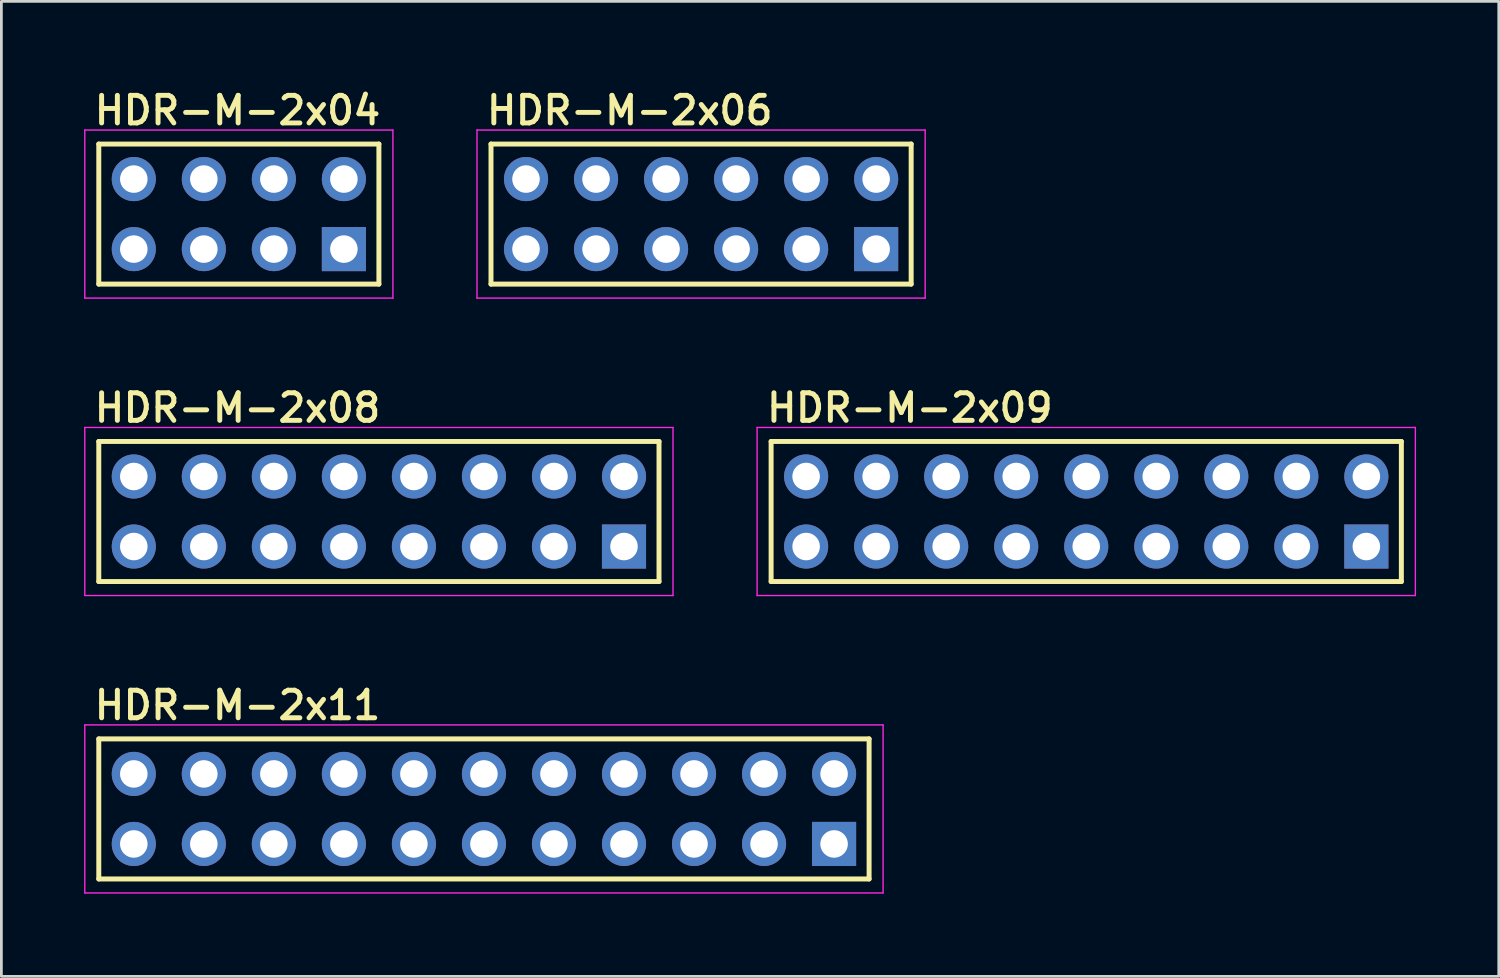
<source format=kicad_pcb>
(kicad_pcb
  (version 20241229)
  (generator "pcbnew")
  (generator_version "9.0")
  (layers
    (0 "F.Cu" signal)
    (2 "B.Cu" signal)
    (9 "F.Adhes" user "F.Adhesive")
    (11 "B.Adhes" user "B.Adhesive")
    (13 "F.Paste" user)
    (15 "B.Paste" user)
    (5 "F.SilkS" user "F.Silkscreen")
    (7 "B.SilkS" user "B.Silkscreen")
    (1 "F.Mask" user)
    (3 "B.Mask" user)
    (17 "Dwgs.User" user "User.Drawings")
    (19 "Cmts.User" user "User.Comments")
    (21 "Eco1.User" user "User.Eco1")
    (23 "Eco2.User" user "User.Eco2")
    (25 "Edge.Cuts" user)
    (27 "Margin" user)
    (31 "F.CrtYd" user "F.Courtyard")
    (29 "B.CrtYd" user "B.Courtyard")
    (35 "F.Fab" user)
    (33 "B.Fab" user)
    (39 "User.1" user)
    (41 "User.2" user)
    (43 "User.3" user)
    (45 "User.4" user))
  (footprint "HDR-M-2x11"
    (layer "F.Cu")
    (at 14.503 26.291)
    (property "Reference" "HDR-M-2x11" (at -14.224 -3.175 0) (layer "F.SilkS") (effects (font (size 1 1) (thickness 0.18)) (justify left bottom)))
    (attr through_hole)
    (fp_line (start -13.97 -2.54) (end 13.97 -2.54) (stroke (width 0.18) (type solid)) (layer "F.SilkS"))
    (fp_line (start -13.97 2.54) (end -13.97 -2.54) (stroke (width 0.18) (type solid)) (layer "F.SilkS"))
    (fp_line (start 13.97 -2.54) (end 13.97 2.54) (stroke (width 0.18) (type solid)) (layer "F.SilkS"))
    (fp_line (start 13.97 2.54) (end -13.97 2.54) (stroke (width 0.18) (type solid)) (layer "F.SilkS"))
    (fp_line (start -14.478 -3.048) (end 14.478 -3.048) (stroke (width 0.05) (type solid)) (layer "F.CrtYd"))
    (fp_line (start -14.478 3.048) (end -14.478 -3.048) (stroke (width 0.05) (type solid)) (layer "F.CrtYd"))
    (fp_line (start 14.478 -3.048) (end 14.478 3.048) (stroke (width 0.05) (type solid)) (layer "F.CrtYd"))
    (fp_line (start 14.478 3.048) (end -14.478 3.048) (stroke (width 0.05) (type solid)) (layer "F.CrtYd"))
    (pad "1" thru_hole rect (at 12.7 1.27) (size 1.6 1.6) (drill 1) (layers "*.Cu" "*.Mask"))
    (pad "2" thru_hole circle (at 12.7 -1.27) (size 1.6 1.6) (drill 1) (layers "*.Cu" "*.Mask"))
    (pad "3" thru_hole circle (at 10.16 1.27) (size 1.6 1.6) (drill 1) (layers "*.Cu" "*.Mask"))
    (pad "4" thru_hole circle (at 10.16 -1.27) (size 1.6 1.6) (drill 1) (layers "*.Cu" "*.Mask"))
    (pad "5" thru_hole circle (at 7.62 1.27) (size 1.6 1.6) (drill 1) (layers "*.Cu" "*.Mask"))
    (pad "6" thru_hole circle (at 7.62 -1.27) (size 1.6 1.6) (drill 1) (layers "*.Cu" "*.Mask"))
    (pad "7" thru_hole circle (at 5.08 1.27) (size 1.6 1.6) (drill 1) (layers "*.Cu" "*.Mask"))
    (pad "8" thru_hole circle (at 5.08 -1.27) (size 1.6 1.6) (drill 1) (layers "*.Cu" "*.Mask"))
    (pad "9" thru_hole circle (at 2.54 1.27) (size 1.6 1.6) (drill 1) (layers "*.Cu" "*.Mask"))
    (pad "10" thru_hole circle (at 2.54 -1.27) (size 1.6 1.6) (drill 1) (layers "*.Cu" "*.Mask"))
    (pad "11" thru_hole circle (at 0 1.27) (size 1.6 1.6) (drill 1) (layers "*.Cu" "*.Mask"))
    (pad "12" thru_hole circle (at 0 -1.27) (size 1.6 1.6) (drill 1) (layers "*.Cu" "*.Mask"))
    (pad "13" thru_hole circle (at -2.54 1.27) (size 1.6 1.6) (drill 1) (layers "*.Cu" "*.Mask"))
    (pad "14" thru_hole circle (at -2.54 -1.27) (size 1.6 1.6) (drill 1) (layers "*.Cu" "*.Mask"))
    (pad "15" thru_hole circle (at -5.08 1.27) (size 1.6 1.6) (drill 1) (layers "*.Cu" "*.Mask"))
    (pad "16" thru_hole circle (at -5.08 -1.27) (size 1.6 1.6) (drill 1) (layers "*.Cu" "*.Mask"))
    (pad "17" thru_hole circle (at -7.62 1.27) (size 1.6 1.6) (drill 1) (layers "*.Cu" "*.Mask"))
    (pad "18" thru_hole circle (at -7.62 -1.27) (size 1.6 1.6) (drill 1) (layers "*.Cu" "*.Mask"))
    (pad "19" thru_hole circle (at -10.16 1.27) (size 1.6 1.6) (drill 1) (layers "*.Cu" "*.Mask"))
    (pad "20" thru_hole circle (at -10.16 -1.27) (size 1.6 1.6) (drill 1) (layers "*.Cu" "*.Mask"))
    (pad "21" thru_hole circle (at -12.7 1.27) (size 1.6 1.6) (drill 1) (layers "*.Cu" "*.Mask"))
    (pad "22" thru_hole circle (at -12.7 -1.27) (size 1.6 1.6) (drill 1) (layers "*.Cu" "*.Mask")))
  (footprint "HDR-M-2x04"
    (layer "F.Cu")
    (at 5.613 4.715)
    (property "Reference" "HDR-M-2x04" (at -5.334 -3.175 0) (layer "F.SilkS") (effects (font (size 1 1) (thickness 0.18)) (justify left bottom)))
    (attr through_hole)
    (fp_line (start -5.08 -2.54) (end 5.08 -2.54) (stroke (width 0.18) (type solid)) (layer "F.SilkS"))
    (fp_line (start -5.08 2.54) (end -5.08 -2.54) (stroke (width 0.18) (type solid)) (layer "F.SilkS"))
    (fp_line (start 5.08 -2.54) (end 5.08 2.54) (stroke (width 0.18) (type solid)) (layer "F.SilkS"))
    (fp_line (start 5.08 2.54) (end -5.08 2.54) (stroke (width 0.18) (type solid)) (layer "F.SilkS"))
    (fp_line (start -5.588 -3.048) (end 5.588 -3.048) (stroke (width 0.05) (type solid)) (layer "F.CrtYd"))
    (fp_line (start -5.588 3.048) (end -5.588 -3.048) (stroke (width 0.05) (type solid)) (layer "F.CrtYd"))
    (fp_line (start 5.588 -3.048) (end 5.588 3.048) (stroke (width 0.05) (type solid)) (layer "F.CrtYd"))
    (fp_line (start 5.588 3.048) (end -5.588 3.048) (stroke (width 0.05) (type solid)) (layer "F.CrtYd"))
    (pad "1" thru_hole rect (at 3.81 1.27) (size 1.6 1.6) (drill 1) (layers "*.Cu" "*.Mask"))
    (pad "2" thru_hole circle (at 3.81 -1.27) (size 1.6 1.6) (drill 1) (layers "*.Cu" "*.Mask"))
    (pad "3" thru_hole circle (at 1.27 1.27) (size 1.6 1.6) (drill 1) (layers "*.Cu" "*.Mask"))
    (pad "4" thru_hole circle (at 1.27 -1.27) (size 1.6 1.6) (drill 1) (layers "*.Cu" "*.Mask"))
    (pad "5" thru_hole circle (at -1.27 1.27) (size 1.6 1.6) (drill 1) (layers "*.Cu" "*.Mask"))
    (pad "6" thru_hole circle (at -1.27 -1.27) (size 1.6 1.6) (drill 1) (layers "*.Cu" "*.Mask"))
    (pad "7" thru_hole circle (at -3.81 1.27) (size 1.6 1.6) (drill 1) (layers "*.Cu" "*.Mask"))
    (pad "8" thru_hole circle (at -3.81 -1.27) (size 1.6 1.6) (drill 1) (layers "*.Cu" "*.Mask")))
  (footprint "HDR-M-2x09"
    (layer "F.Cu")
    (at 36.349 15.503)
    (property "Reference" "HDR-M-2x09" (at -11.684 -3.175 0) (layer "F.SilkS") (effects (font (size 1 1) (thickness 0.18)) (justify left bottom)))
    (attr through_hole)
    (fp_line (start -11.43 -2.54) (end 11.43 -2.54) (stroke (width 0.18) (type solid)) (layer "F.SilkS"))
    (fp_line (start -11.43 2.54) (end -11.43 -2.54) (stroke (width 0.18) (type solid)) (layer "F.SilkS"))
    (fp_line (start 11.43 -2.54) (end 11.43 2.54) (stroke (width 0.18) (type solid)) (layer "F.SilkS"))
    (fp_line (start 11.43 2.54) (end -11.43 2.54) (stroke (width 0.18) (type solid)) (layer "F.SilkS"))
    (fp_line (start -11.938 -3.048) (end 11.938 -3.048) (stroke (width 0.05) (type solid)) (layer "F.CrtYd"))
    (fp_line (start -11.938 3.048) (end -11.938 -3.048) (stroke (width 0.05) (type solid)) (layer "F.CrtYd"))
    (fp_line (start 11.938 -3.048) (end 11.938 3.048) (stroke (width 0.05) (type solid)) (layer "F.CrtYd"))
    (fp_line (start 11.938 3.048) (end -11.938 3.048) (stroke (width 0.05) (type solid)) (layer "F.CrtYd"))
    (pad "1" thru_hole rect (at 10.16 1.27) (size 1.6 1.6) (drill 1) (layers "*.Cu" "*.Mask"))
    (pad "2" thru_hole circle (at 10.16 -1.27) (size 1.6 1.6) (drill 1) (layers "*.Cu" "*.Mask"))
    (pad "3" thru_hole circle (at 7.62 1.27) (size 1.6 1.6) (drill 1) (layers "*.Cu" "*.Mask"))
    (pad "4" thru_hole circle (at 7.62 -1.27) (size 1.6 1.6) (drill 1) (layers "*.Cu" "*.Mask"))
    (pad "5" thru_hole circle (at 5.08 1.27) (size 1.6 1.6) (drill 1) (layers "*.Cu" "*.Mask"))
    (pad "6" thru_hole circle (at 5.08 -1.27) (size 1.6 1.6) (drill 1) (layers "*.Cu" "*.Mask"))
    (pad "7" thru_hole circle (at 2.54 1.27) (size 1.6 1.6) (drill 1) (layers "*.Cu" "*.Mask"))
    (pad "8" thru_hole circle (at 2.54 -1.27) (size 1.6 1.6) (drill 1) (layers "*.Cu" "*.Mask"))
    (pad "9" thru_hole circle (at 0 1.27) (size 1.6 1.6) (drill 1) (layers "*.Cu" "*.Mask"))
    (pad "10" thru_hole circle (at 0 -1.27) (size 1.6 1.6) (drill 1) (layers "*.Cu" "*.Mask"))
    (pad "11" thru_hole circle (at -2.54 1.27) (size 1.6 1.6) (drill 1) (layers "*.Cu" "*.Mask"))
    (pad "12" thru_hole circle (at -2.54 -1.27) (size 1.6 1.6) (drill 1) (layers "*.Cu" "*.Mask"))
    (pad "13" thru_hole circle (at -5.08 1.27) (size 1.6 1.6) (drill 1) (layers "*.Cu" "*.Mask"))
    (pad "14" thru_hole circle (at -5.08 -1.27) (size 1.6 1.6) (drill 1) (layers "*.Cu" "*.Mask"))
    (pad "15" thru_hole circle (at -7.62 1.27) (size 1.6 1.6) (drill 1) (layers "*.Cu" "*.Mask"))
    (pad "16" thru_hole circle (at -7.62 -1.27) (size 1.6 1.6) (drill 1) (layers "*.Cu" "*.Mask"))
    (pad "17" thru_hole circle (at -10.16 1.27) (size 1.6 1.6) (drill 1) (layers "*.Cu" "*.Mask"))
    (pad "18" thru_hole circle (at -10.16 -1.27) (size 1.6 1.6) (drill 1) (layers "*.Cu" "*.Mask")))
  (footprint "HDR-M-2x08"
    (layer "F.Cu")
    (at 10.693 15.503)
    (property "Reference" "HDR-M-2x08" (at -10.414 -3.175 0) (layer "F.SilkS") (effects (font (size 1 1) (thickness 0.18)) (justify left bottom)))
    (attr through_hole)
    (fp_line (start -10.16 -2.54) (end 10.16 -2.54) (stroke (width 0.18) (type solid)) (layer "F.SilkS"))
    (fp_line (start -10.16 2.54) (end -10.16 -2.54) (stroke (width 0.18) (type solid)) (layer "F.SilkS"))
    (fp_line (start 10.16 -2.54) (end 10.16 2.54) (stroke (width 0.18) (type solid)) (layer "F.SilkS"))
    (fp_line (start 10.16 2.54) (end -10.16 2.54) (stroke (width 0.18) (type solid)) (layer "F.SilkS"))
    (fp_line (start -10.668 -3.048) (end 10.668 -3.048) (stroke (width 0.05) (type solid)) (layer "F.CrtYd"))
    (fp_line (start -10.668 3.048) (end -10.668 -3.048) (stroke (width 0.05) (type solid)) (layer "F.CrtYd"))
    (fp_line (start 10.668 -3.048) (end 10.668 3.048) (stroke (width 0.05) (type solid)) (layer "F.CrtYd"))
    (fp_line (start 10.668 3.048) (end -10.668 3.048) (stroke (width 0.05) (type solid)) (layer "F.CrtYd"))
    (pad "1" thru_hole rect (at 8.89 1.27) (size 1.6 1.6) (drill 1) (layers "*.Cu" "*.Mask"))
    (pad "2" thru_hole circle (at 8.89 -1.27) (size 1.6 1.6) (drill 1) (layers "*.Cu" "*.Mask"))
    (pad "3" thru_hole circle (at 6.35 1.27) (size 1.6 1.6) (drill 1) (layers "*.Cu" "*.Mask"))
    (pad "4" thru_hole circle (at 6.35 -1.27) (size 1.6 1.6) (drill 1) (layers "*.Cu" "*.Mask"))
    (pad "5" thru_hole circle (at 3.81 1.27) (size 1.6 1.6) (drill 1) (layers "*.Cu" "*.Mask"))
    (pad "6" thru_hole circle (at 3.81 -1.27) (size 1.6 1.6) (drill 1) (layers "*.Cu" "*.Mask"))
    (pad "7" thru_hole circle (at 1.27 1.27) (size 1.6 1.6) (drill 1) (layers "*.Cu" "*.Mask"))
    (pad "8" thru_hole circle (at 1.27 -1.27) (size 1.6 1.6) (drill 1) (layers "*.Cu" "*.Mask"))
    (pad "9" thru_hole circle (at -1.27 1.27) (size 1.6 1.6) (drill 1) (layers "*.Cu" "*.Mask"))
    (pad "10" thru_hole circle (at -1.27 -1.27) (size 1.6 1.6) (drill 1) (layers "*.Cu" "*.Mask"))
    (pad "11" thru_hole circle (at -3.81 1.27) (size 1.6 1.6) (drill 1) (layers "*.Cu" "*.Mask"))
    (pad "12" thru_hole circle (at -3.81 -1.27) (size 1.6 1.6) (drill 1) (layers "*.Cu" "*.Mask"))
    (pad "13" thru_hole circle (at -6.35 1.27) (size 1.6 1.6) (drill 1) (layers "*.Cu" "*.Mask"))
    (pad "14" thru_hole circle (at -6.35 -1.27) (size 1.6 1.6) (drill 1) (layers "*.Cu" "*.Mask"))
    (pad "15" thru_hole circle (at -8.89 1.27) (size 1.6 1.6) (drill 1) (layers "*.Cu" "*.Mask"))
    (pad "16" thru_hole circle (at -8.89 -1.27) (size 1.6 1.6) (drill 1) (layers "*.Cu" "*.Mask")))
  (footprint "HDR-M-2x06"
    (layer "F.Cu")
    (at 22.379 4.715)
    (property "Reference" "HDR-M-2x06" (at -7.874 -3.175 0) (layer "F.SilkS") (effects (font (size 1 1) (thickness 0.18)) (justify left bottom)))
    (attr through_hole)
    (fp_line (start -7.62 -2.54) (end 7.62 -2.54) (stroke (width 0.18) (type solid)) (layer "F.SilkS"))
    (fp_line (start -7.62 2.54) (end -7.62 -2.54) (stroke (width 0.18) (type solid)) (layer "F.SilkS"))
    (fp_line (start 7.62 -2.54) (end 7.62 2.54) (stroke (width 0.18) (type solid)) (layer "F.SilkS"))
    (fp_line (start 7.62 2.54) (end -7.62 2.54) (stroke (width 0.18) (type solid)) (layer "F.SilkS"))
    (fp_line (start -8.128 -3.048) (end 8.128 -3.048) (stroke (width 0.05) (type solid)) (layer "F.CrtYd"))
    (fp_line (start -8.128 3.048) (end -8.128 -3.048) (stroke (width 0.05) (type solid)) (layer "F.CrtYd"))
    (fp_line (start 8.128 -3.048) (end 8.128 3.048) (stroke (width 0.05) (type solid)) (layer "F.CrtYd"))
    (fp_line (start 8.128 3.048) (end -8.128 3.048) (stroke (width 0.05) (type solid)) (layer "F.CrtYd"))
    (pad "1" thru_hole rect (at 6.35 1.27) (size 1.6 1.6) (drill 1) (layers "*.Cu" "*.Mask"))
    (pad "2" thru_hole circle (at 6.35 -1.27) (size 1.6 1.6) (drill 1) (layers "*.Cu" "*.Mask"))
    (pad "3" thru_hole circle (at 3.81 1.27) (size 1.6 1.6) (drill 1) (layers "*.Cu" "*.Mask"))
    (pad "4" thru_hole circle (at 3.81 -1.27) (size 1.6 1.6) (drill 1) (layers "*.Cu" "*.Mask"))
    (pad "5" thru_hole circle (at 1.27 1.27) (size 1.6 1.6) (drill 1) (layers "*.Cu" "*.Mask"))
    (pad "6" thru_hole circle (at 1.27 -1.27) (size 1.6 1.6) (drill 1) (layers "*.Cu" "*.Mask"))
    (pad "7" thru_hole circle (at -1.27 1.27) (size 1.6 1.6) (drill 1) (layers "*.Cu" "*.Mask"))
    (pad "8" thru_hole circle (at -1.27 -1.27) (size 1.6 1.6) (drill 1) (layers "*.Cu" "*.Mask"))
    (pad "9" thru_hole circle (at -3.81 1.27) (size 1.6 1.6) (drill 1) (layers "*.Cu" "*.Mask"))
    (pad "10" thru_hole circle (at -3.81 -1.27) (size 1.6 1.6) (drill 1) (layers "*.Cu" "*.Mask"))
    (pad "11" thru_hole circle (at -6.35 1.27) (size 1.6 1.6) (drill 1) (layers "*.Cu" "*.Mask"))
    (pad "12" thru_hole circle (at -6.35 -1.27) (size 1.6 1.6) (drill 1) (layers "*.Cu" "*.Mask")))
  (gr_rect
    (start -3 -3)
    (end 51.312 32.364)
    (stroke (width 0.1) (type default))
    (fill no)
    (layer "Edge.Cuts")))
</source>
